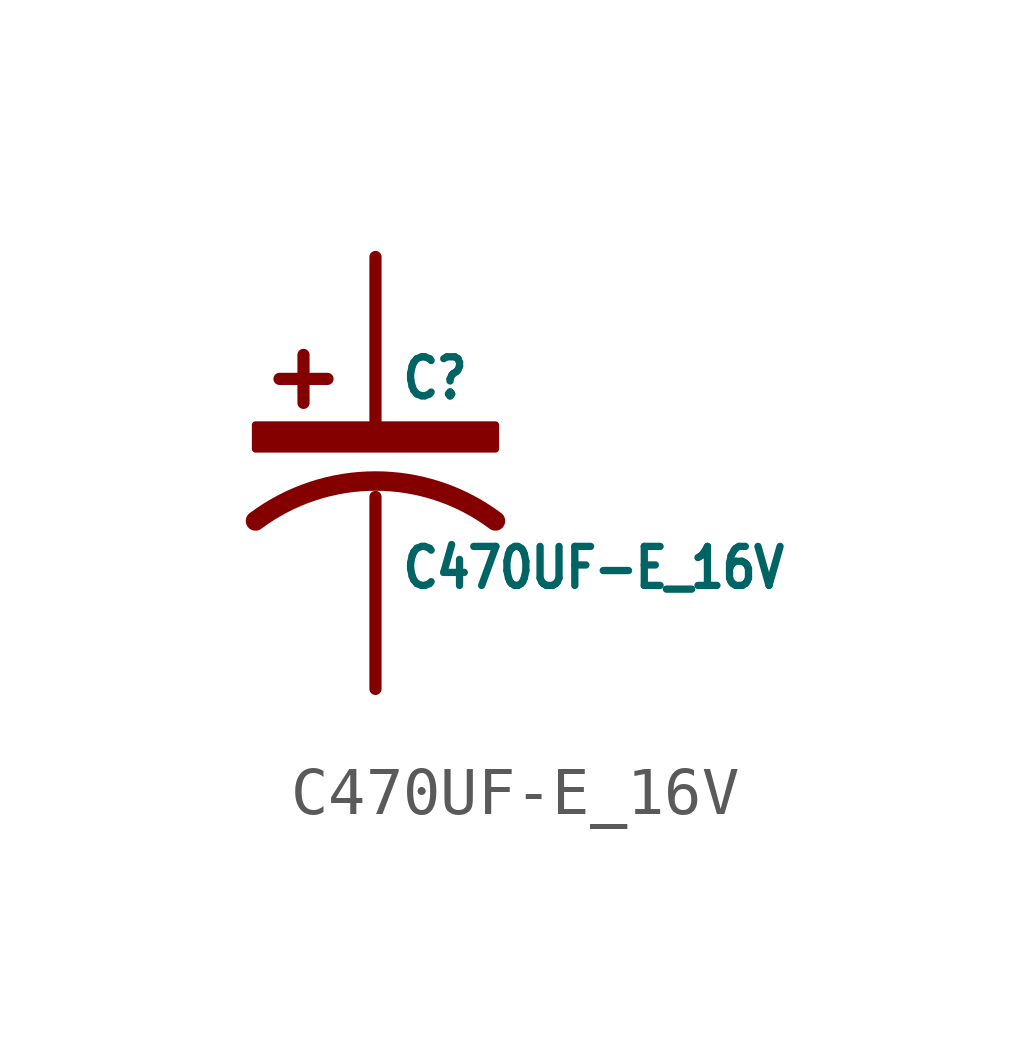
<source format=kicad_sym>
(kicad_symbol_lib
  (version 20211014)
  (generator kicad_symbol_editor)
  (symbol "C470UF-E_16V"
    (property "Reference" "C"
      (at 0.5 1.5 0)
      (effects (font (size 0.813 0.691)) (justify left bottom)))
    (property "Value" "C470UF-E_16V"
      (at 0.5 -1.5 0)
      (effects (font (size 0.813 0.691)) (justify left top)))
    (property "ki_locked" ""
      (at 0 0 0)
      (effects (font (size 1.27 1.27))))
    (symbol "C470UF-E_16V_1_0"
      (rectangle (start -2.5 0.5) (end 2.5 1) (stroke (width 0) (type default) (color 0 0 0 0)) (fill (type outline)))
      (polyline (pts (xy -2 1.96) (xy -1 1.96)) (stroke (width 0.254) (type default) (color 0 0 0 0)) (fill (type none)))
      (polyline (pts (xy -1.5 2.46) (xy -1.5 1.46)) (stroke (width 0.254) (type default) (color 0 0 0 0)) (fill (type none)))
      (polyline (pts (xy 0 -0.5) (xy 0 -4.5)) (stroke (width 0.254) (type default) (color 0 0 0 0)) (fill (type none)))
      (polyline (pts (xy 0 1) (xy 0 4.5)) (stroke (width 0.254) (type default) (color 0 0 0 0)) (fill (type none)))
      (arc (start 2.5 -1) (mid 0 -0.1683) (end -2.5 -1) (stroke (width 0.4064) (type default) (color 0 0 0 0)) (fill (type none)))
      (pin passive line (at 0 4.5 270) (length 0) (name "+" (effects (font (size 0 0)))) (number "1" (effects (font (size 0 0)))))
      (pin bidirectional line (at 0 -4.5 90) (length 0) (name "-" (effects (font (size 0 0)))) (number "2" (effects (font (size 0 0))))))))
</source>
